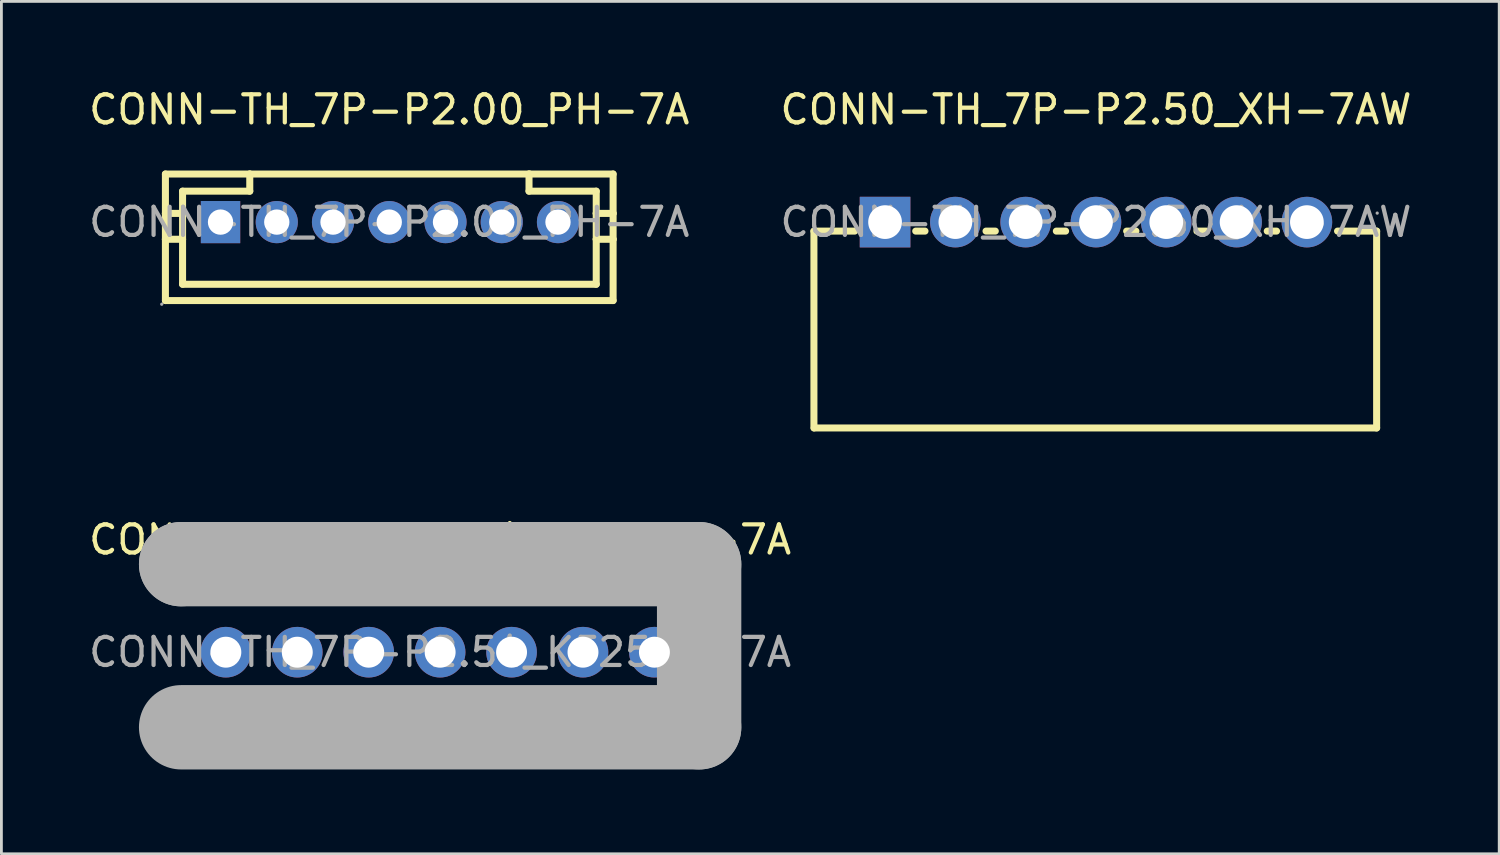
<source format=kicad_pcb>
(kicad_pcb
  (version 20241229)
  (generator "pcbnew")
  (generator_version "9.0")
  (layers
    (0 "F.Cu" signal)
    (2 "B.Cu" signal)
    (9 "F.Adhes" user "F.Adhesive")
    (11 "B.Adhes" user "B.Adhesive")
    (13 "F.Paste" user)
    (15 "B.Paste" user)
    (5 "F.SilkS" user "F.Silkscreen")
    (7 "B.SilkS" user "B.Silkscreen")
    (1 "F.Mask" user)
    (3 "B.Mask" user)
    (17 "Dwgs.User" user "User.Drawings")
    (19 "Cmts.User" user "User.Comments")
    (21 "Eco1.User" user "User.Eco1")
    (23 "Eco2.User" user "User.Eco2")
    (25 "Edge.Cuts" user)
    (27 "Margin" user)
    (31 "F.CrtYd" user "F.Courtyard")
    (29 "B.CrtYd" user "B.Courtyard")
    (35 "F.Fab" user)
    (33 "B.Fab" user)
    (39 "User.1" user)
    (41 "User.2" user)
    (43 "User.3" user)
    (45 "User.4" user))
  (footprint "CONN-TH_7P-P2.54_KF2510-7A"
    (layer "F.Cu")
    (at 12.601 20.142)
    (property "Reference" "CONN-TH_7P-P2.54_KF2510-7A" (at 0 -4 0) (layer "F.SilkS") (effects (font (size 1 1) (thickness 0.15))))
    (attr through_hole)
    (fp_line (start -9.21 -2.02) (end 9.21 -2.02) (stroke (width 0.25) (type solid)) (layer "F.SilkS"))
    (fp_line (start -9.21 -3.13) (end -9.21 -3.13) (stroke (width 3) (type solid)) (layer "F.Fab"))
    (fp_line (start -9.21 -3.13) (end 9.21 -3.13) (stroke (width 3) (type solid)) (layer "F.Fab"))
    (fp_line (start 9.21 -3.13) (end 9.21 2.67) (stroke (width 3) (type solid)) (layer "F.Fab"))
    (fp_line (start 9.21 2.67) (end -9.21 2.67) (stroke (width 3) (type solid)) (layer "F.Fab"))
    (fp_circle (center -9.21 2.67) (end -9.18 2.67) (stroke (width 0.06) (type solid)) (fill no) (layer "F.Fab"))
    (fp_circle (center -7.62 0) (end -7.39 0) (stroke (width 0.45) (type solid)) (fill no) (layer "F.Fab"))
    (fp_circle (center -5.08 0) (end -4.85 0) (stroke (width 0.45) (type solid)) (fill no) (layer "F.Fab"))
    (fp_circle (center -2.54 0) (end -2.31 0) (stroke (width 0.45) (type solid)) (fill no) (layer "F.Fab"))
    (fp_circle (center 0 0) (end 0.23 0) (stroke (width 0.45) (type solid)) (fill no) (layer "F.Fab"))
    (fp_circle (center 2.54 0) (end 2.77 0) (stroke (width 0.45) (type solid)) (fill no) (layer "F.Fab"))
    (fp_circle (center 5.08 0) (end 5.31 0) (stroke (width 0.45) (type solid)) (fill no) (layer "F.Fab"))
    (fp_circle (center 7.62 0) (end 7.85 0) (stroke (width 0.45) (type solid)) (fill no) (layer "F.Fab"))
    (fp_text user "${REFERENCE}" (at 0 0 0) (layer "F.Fab") (effects (font (size 1 1) (thickness 0.15))))
    (pad "1" thru_hole circle (at -7.62 0 90) (size 1.8 1.8) (drill 1.1) (layers "*.Cu" "*.Paste" "*.Mask"))
    (pad "2" thru_hole circle (at -5.08 0 90) (size 1.8 1.8) (drill 1.1) (layers "*.Cu" "*.Paste" "*.Mask"))
    (pad "3" thru_hole circle (at -2.54 0 90) (size 1.8 1.8) (drill 1.1) (layers "*.Cu" "*.Paste" "*.Mask"))
    (pad "4" thru_hole circle (at 0 0 90) (size 1.8 1.8) (drill 1.1) (layers "*.Cu" "*.Paste" "*.Mask"))
    (pad "5" thru_hole circle (at 2.54 0 90) (size 1.8 1.8) (drill 1.1) (layers "*.Cu" "*.Paste" "*.Mask"))
    (pad "6" thru_hole circle (at 5.08 0 90) (size 1.8 1.8) (drill 1.1) (layers "*.Cu" "*.Paste" "*.Mask"))
    (pad "7" thru_hole circle (at 7.62 0 90) (size 1.8 1.8) (drill 1.1) (layers "*.Cu" "*.Paste" "*.Mask")))
  (footprint "CONN-TH_7P-P2.00_PH-7A"
    (layer "F.Cu")
    (at 10.792 4.848)
    (property "Reference" "CONN-TH_7P-P2.00_PH-7A" (at 0 -4 0) (layer "F.SilkS") (effects (font (size 1 1) (thickness 0.15))))
    (attr through_hole)
    (fp_line (start -7.96 -0.31) (end -7.96 -1.71) (stroke (width 0.25) (type solid)) (layer "F.SilkS"))
    (fp_line (start -7.96 0.61) (end -7.96 -0.31) (stroke (width 0.25) (type solid)) (layer "F.SilkS"))
    (fp_line (start -7.96 2.79) (end -7.96 0.61) (stroke (width 0.25) (type solid)) (layer "F.SilkS"))
    (fp_line (start -7.35 -0.31) (end -7.96 -0.31) (stroke (width 0.25) (type solid)) (layer "F.SilkS"))
    (fp_line (start -7.35 -0.31) (end -7.35 -1.1) (stroke (width 0.25) (type solid)) (layer "F.SilkS"))
    (fp_line (start -7.35 0.61) (end -7.96 0.61) (stroke (width 0.25) (type solid)) (layer "F.SilkS"))
    (fp_line (start -7.35 0.61) (end -7.35 -0.31) (stroke (width 0.25) (type solid)) (layer "F.SilkS"))
    (fp_line (start -7.35 2.21) (end -7.35 0.61) (stroke (width 0.25) (type solid)) (layer "F.SilkS"))
    (fp_line (start -4.96 -1.71) (end -7.96 -1.71) (stroke (width 0.25) (type solid)) (layer "F.SilkS"))
    (fp_line (start -4.96 -1.1) (end -7.35 -1.1) (stroke (width 0.25) (type solid)) (layer "F.SilkS"))
    (fp_line (start -4.96 -1.1) (end -4.96 -1.71) (stroke (width 0.25) (type solid)) (layer "F.SilkS"))
    (fp_line (start 4.97 -1.1) (end 4.97 -1.71) (stroke (width 0.25) (type solid)) (layer "F.SilkS"))
    (fp_line (start 4.99 -1.71) (end -4.96 -1.71) (stroke (width 0.25) (type solid)) (layer "F.SilkS"))
    (fp_line (start 7.36 -1.1) (end 4.97 -1.1) (stroke (width 0.25) (type solid)) (layer "F.SilkS"))
    (fp_line (start 7.36 -0.31) (end 7.36 -1.1) (stroke (width 0.25) (type solid)) (layer "F.SilkS"))
    (fp_line (start 7.36 0.61) (end 7.36 -0.31) (stroke (width 0.25) (type solid)) (layer "F.SilkS"))
    (fp_line (start 7.36 2.21) (end -7.35 2.21) (stroke (width 0.25) (type solid)) (layer "F.SilkS"))
    (fp_line (start 7.36 2.21) (end 7.36 0.61) (stroke (width 0.25) (type solid)) (layer "F.SilkS"))
    (fp_line (start 7.96 -1.71) (end 4.97 -1.71) (stroke (width 0.25) (type solid)) (layer "F.SilkS"))
    (fp_line (start 7.96 -0.31) (end 7.36 -0.31) (stroke (width 0.25) (type solid)) (layer "F.SilkS"))
    (fp_line (start 7.96 -0.31) (end 7.96 -1.71) (stroke (width 0.25) (type solid)) (layer "F.SilkS"))
    (fp_line (start 7.96 0.61) (end 7.36 0.61) (stroke (width 0.25) (type solid)) (layer "F.SilkS"))
    (fp_line (start 7.96 0.61) (end 7.96 -0.31) (stroke (width 0.25) (type solid)) (layer "F.SilkS"))
    (fp_line (start 7.96 2.79) (end -7.96 2.79) (stroke (width 0.25) (type solid)) (layer "F.SilkS"))
    (fp_line (start 7.96 2.79) (end 7.96 0.61) (stroke (width 0.25) (type solid)) (layer "F.SilkS"))
    (fp_circle (center -8.09 2.92) (end -8.06 2.92) (stroke (width 0.06) (type solid)) (fill no) (layer "F.Fab"))
    (fp_circle (center -6 0) (end -5.82 0) (stroke (width 0.35) (type solid)) (fill no) (layer "F.Fab"))
    (fp_circle (center -4 0) (end -3.82 0) (stroke (width 0.35) (type solid)) (fill no) (layer "F.Fab"))
    (fp_circle (center -2 0) (end -1.82 0) (stroke (width 0.35) (type solid)) (fill no) (layer "F.Fab"))
    (fp_circle (center 0 0) (end 0.18 0) (stroke (width 0.35) (type solid)) (fill no) (layer "F.Fab"))
    (fp_circle (center 2 0) (end 2.18 0) (stroke (width 0.35) (type solid)) (fill no) (layer "F.Fab"))
    (fp_circle (center 4 0) (end 4.18 0) (stroke (width 0.35) (type solid)) (fill no) (layer "F.Fab"))
    (fp_circle (center 6 0) (end 6.18 0) (stroke (width 0.35) (type solid)) (fill no) (layer "F.Fab"))
    (fp_text user "${REFERENCE}" (at 0 0 0) (layer "F.Fab") (effects (font (size 1 1) (thickness 0.15))))
    (pad "1" thru_hole rect (at -6 0 180) (size 1.4 1.5) (drill 0.9) (layers "*.Cu" "*.Paste" "*.Mask"))
    (pad "2" thru_hole circle (at -4 0 180) (size 1.5 1.5) (drill 0.9) (layers "*.Cu" "*.Paste" "*.Mask"))
    (pad "3" thru_hole circle (at -2 0 180) (size 1.5 1.5) (drill 0.9) (layers "*.Cu" "*.Paste" "*.Mask"))
    (pad "4" thru_hole circle (at 0 0 180) (size 1.5 1.5) (drill 0.9) (layers "*.Cu" "*.Paste" "*.Mask"))
    (pad "5" thru_hole circle (at 2 0 180) (size 1.5 1.5) (drill 0.9) (layers "*.Cu" "*.Paste" "*.Mask"))
    (pad "6" thru_hole circle (at 4 0 180) (size 1.5 1.5) (drill 0.9) (layers "*.Cu" "*.Paste" "*.Mask"))
    (pad "7" thru_hole circle (at 6 0 180) (size 1.5 1.5) (drill 0.9) (layers "*.Cu" "*.Paste" "*.Mask")))
  (footprint "CONN-TH_7P-P2.50_XH-7AW"
    (layer "F.Cu")
    (at 35.923 4.848)
    (property "Reference" "CONN-TH_7P-P2.50_XH-7AW" (at 0 -4 0) (layer "F.SilkS") (effects (font (size 1 1) (thickness 0.15))))
    (attr through_hole)
    (fp_line (start -10.03 0.32) (end -10.03 7.32) (stroke (width 0.25) (type solid)) (layer "F.SilkS"))
    (fp_line (start -10.03 0.32) (end -8.58 0.32) (stroke (width 0.25) (type solid)) (layer "F.SilkS"))
    (fp_line (start -6.41 0.32) (end -6.08 0.32) (stroke (width 0.25) (type solid)) (layer "F.SilkS"))
    (fp_line (start -3.91 0.32) (end -3.58 0.32) (stroke (width 0.25) (type solid)) (layer "F.SilkS"))
    (fp_line (start -1.41 0.32) (end -1.08 0.32) (stroke (width 0.25) (type solid)) (layer "F.SilkS"))
    (fp_line (start 1.09 0.32) (end 1.42 0.32) (stroke (width 0.25) (type solid)) (layer "F.SilkS"))
    (fp_line (start 3.59 0.32) (end 3.92 0.32) (stroke (width 0.25) (type solid)) (layer "F.SilkS"))
    (fp_line (start 6.09 0.32) (end 6.42 0.32) (stroke (width 0.25) (type solid)) (layer "F.SilkS"))
    (fp_line (start 8.59 0.32) (end 9.98 0.32) (stroke (width 0.25) (type solid)) (layer "F.SilkS"))
    (fp_line (start 9.98 0.32) (end 9.98 7.32) (stroke (width 0.25) (type solid)) (layer "F.SilkS"))
    (fp_line (start 9.98 7.32) (end -10.02 7.32) (stroke (width 0.25) (type solid)) (layer "F.SilkS"))
    (fp_circle (center 10 -0.32) (end 10.03 -0.32) (stroke (width 0.06) (type solid)) (fill no) (layer "F.Fab"))
    (fp_text user "${REFERENCE}" (at 0 0 0) (layer "F.Fab") (effects (font (size 1 1) (thickness 0.15))))
    (pad "1" thru_hole rect (at -7.5 0 180) (size 1.8 1.8) (drill 1.199) (layers "*.Cu" "*.Paste" "*.Mask"))
    (pad "2" thru_hole circle (at -5 0 180) (size 1.8 1.8) (drill 1.199) (layers "*.Cu" "*.Paste" "*.Mask"))
    (pad "3" thru_hole circle (at -2.5 0 180) (size 1.8 1.8) (drill 1.199) (layers "*.Cu" "*.Paste" "*.Mask"))
    (pad "4" thru_hole circle (at 0 0 180) (size 1.8 1.8) (drill 1.199) (layers "*.Cu" "*.Paste" "*.Mask"))
    (pad "5" thru_hole circle (at 2.5 0 180) (size 1.8 1.8) (drill 1.199) (layers "*.Cu" "*.Paste" "*.Mask"))
    (pad "6" thru_hole circle (at 5 0 180) (size 1.8 1.8) (drill 1.199) (layers "*.Cu" "*.Paste" "*.Mask"))
    (pad "7" thru_hole circle (at 7.5 0 180) (size 1.8 1.8) (drill 1.199) (layers "*.Cu" "*.Paste" "*.Mask")))
  (gr_rect
    (start -3 -3)
    (end 50.262 27.311)
    (stroke (width 0.1) (type default))
    (fill no)
    (layer "Edge.Cuts")))
</source>
